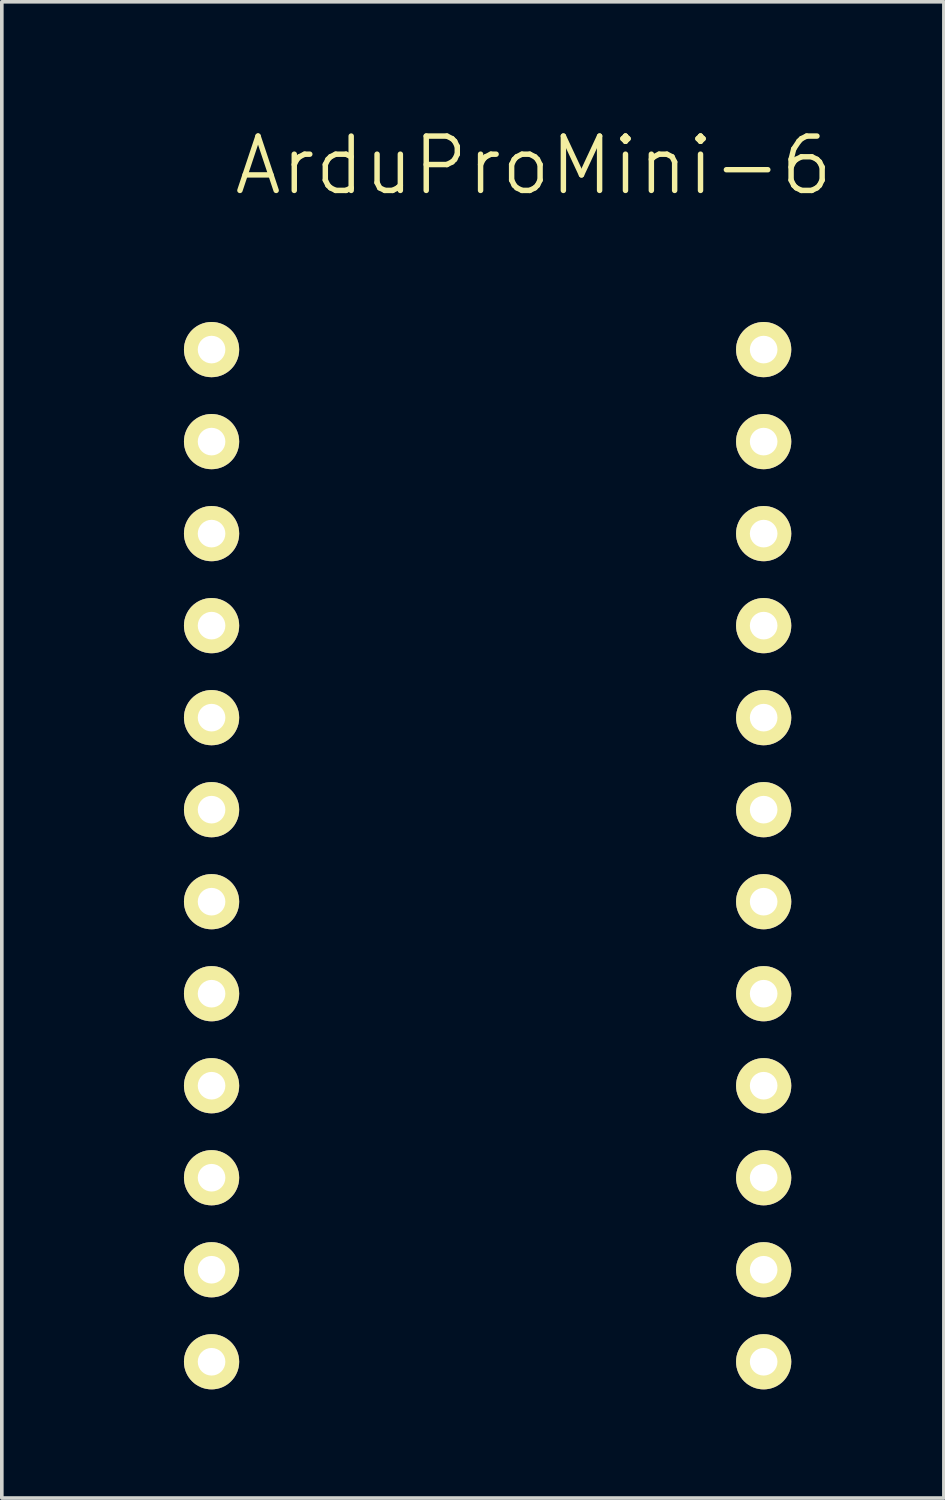
<source format=kicad_pcb>
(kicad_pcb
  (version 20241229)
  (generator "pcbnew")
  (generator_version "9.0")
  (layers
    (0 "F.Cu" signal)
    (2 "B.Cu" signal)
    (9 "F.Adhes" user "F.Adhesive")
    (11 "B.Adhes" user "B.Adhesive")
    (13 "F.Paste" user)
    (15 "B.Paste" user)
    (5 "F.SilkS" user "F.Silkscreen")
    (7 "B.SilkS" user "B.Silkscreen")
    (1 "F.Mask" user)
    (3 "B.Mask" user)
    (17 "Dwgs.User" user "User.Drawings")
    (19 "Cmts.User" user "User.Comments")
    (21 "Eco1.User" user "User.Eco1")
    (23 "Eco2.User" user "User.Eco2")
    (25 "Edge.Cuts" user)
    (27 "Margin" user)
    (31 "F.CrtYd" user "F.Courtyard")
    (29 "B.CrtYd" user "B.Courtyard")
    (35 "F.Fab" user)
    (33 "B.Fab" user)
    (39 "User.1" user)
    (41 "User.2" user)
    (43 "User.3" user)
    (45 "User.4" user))
  (footprint "ArduProMini-6"
    (layer "F.Cu")
    (at 0.25 0.25)
    (property "Reference" "ArduProMini-6" (at 11.43 1.27 0) (layer "F.SilkS") (effects (font (size 1.5 1.5) (thickness 0.15))))
    (attr through_hole)
    (pad "7" thru_hole circle (at 2.54 6.35) (size 1.524 1.524) (drill 0.762) (layers "*.Cu" "*.Mask" "F.SilkS"))
    (pad "8" thru_hole circle (at 2.54 8.89) (size 1.524 1.524) (drill 0.762) (layers "*.Cu" "*.Mask" "F.SilkS"))
    (pad "9" thru_hole circle (at 2.54 11.43) (size 1.524 1.524) (drill 0.762) (layers "*.Cu" "*.Mask" "F.SilkS"))
    (pad "10" thru_hole circle (at 2.54 13.97) (size 1.524 1.524) (drill 0.762) (layers "*.Cu" "*.Mask" "F.SilkS"))
    (pad "11" thru_hole circle (at 2.54 16.51) (size 1.524 1.524) (drill 0.762) (layers "*.Cu" "*.Mask" "F.SilkS"))
    (pad "12" thru_hole circle (at 2.54 19.05) (size 1.524 1.524) (drill 0.762) (layers "*.Cu" "*.Mask" "F.SilkS"))
    (pad "13" thru_hole circle (at 2.54 21.59) (size 1.524 1.524) (drill 0.762) (layers "*.Cu" "*.Mask" "F.SilkS"))
    (pad "14" thru_hole circle (at 2.54 24.13) (size 1.524 1.524) (drill 0.762) (layers "*.Cu" "*.Mask" "F.SilkS"))
    (pad "15" thru_hole circle (at 2.54 26.67) (size 1.524 1.524) (drill 0.762) (layers "*.Cu" "*.Mask" "F.SilkS"))
    (pad "16" thru_hole circle (at 2.54 29.21) (size 1.524 1.524) (drill 0.762) (layers "*.Cu" "*.Mask" "F.SilkS"))
    (pad "17" thru_hole circle (at 2.54 31.75) (size 1.524 1.524) (drill 0.762) (layers "*.Cu" "*.Mask" "F.SilkS"))
    (pad "18" thru_hole circle (at 2.54 34.29) (size 1.524 1.524) (drill 0.762) (layers "*.Cu" "*.Mask" "F.SilkS"))
    (pad "19" thru_hole circle (at 17.78 6.35) (size 1.524 1.524) (drill 0.762) (layers "*.Cu" "*.Mask" "F.SilkS"))
    (pad "20" thru_hole circle (at 17.78 8.89) (size 1.524 1.524) (drill 0.762) (layers "*.Cu" "*.Mask" "F.SilkS"))
    (pad "21" thru_hole circle (at 17.78 11.43) (size 1.524 1.524) (drill 0.762) (layers "*.Cu" "*.Mask" "F.SilkS"))
    (pad "22" thru_hole circle (at 17.78 13.97) (size 1.524 1.524) (drill 0.762) (layers "*.Cu" "*.Mask" "F.SilkS"))
    (pad "23" thru_hole circle (at 17.78 16.51) (size 1.524 1.524) (drill 0.762) (layers "*.Cu" "*.Mask" "F.SilkS"))
    (pad "24" thru_hole circle (at 17.78 19.05) (size 1.524 1.524) (drill 0.762) (layers "*.Cu" "*.Mask" "F.SilkS"))
    (pad "25" thru_hole circle (at 17.78 21.59) (size 1.524 1.524) (drill 0.762) (layers "*.Cu" "*.Mask" "F.SilkS"))
    (pad "26" thru_hole circle (at 17.78 24.13) (size 1.524 1.524) (drill 0.762) (layers "*.Cu" "*.Mask" "F.SilkS"))
    (pad "27" thru_hole circle (at 17.78 26.67) (size 1.524 1.524) (drill 0.762) (layers "*.Cu" "*.Mask" "F.SilkS"))
    (pad "28" thru_hole circle (at 17.78 29.21) (size 1.524 1.524) (drill 0.762) (layers "*.Cu" "*.Mask" "F.SilkS"))
    (pad "29" thru_hole circle (at 17.78 31.75) (size 1.524 1.524) (drill 0.762) (layers "*.Cu" "*.Mask" "F.SilkS"))
    (pad "30" thru_hole circle (at 17.78 34.29) (size 1.524 1.524) (drill 0.762) (layers "*.Cu" "*.Mask" "F.SilkS")))
  (gr_rect
    (start -3 -3)
    (end 23.005 38.302)
    (stroke (width 0.1) (type default))
    (fill no)
    (layer "Edge.Cuts")))
</source>
